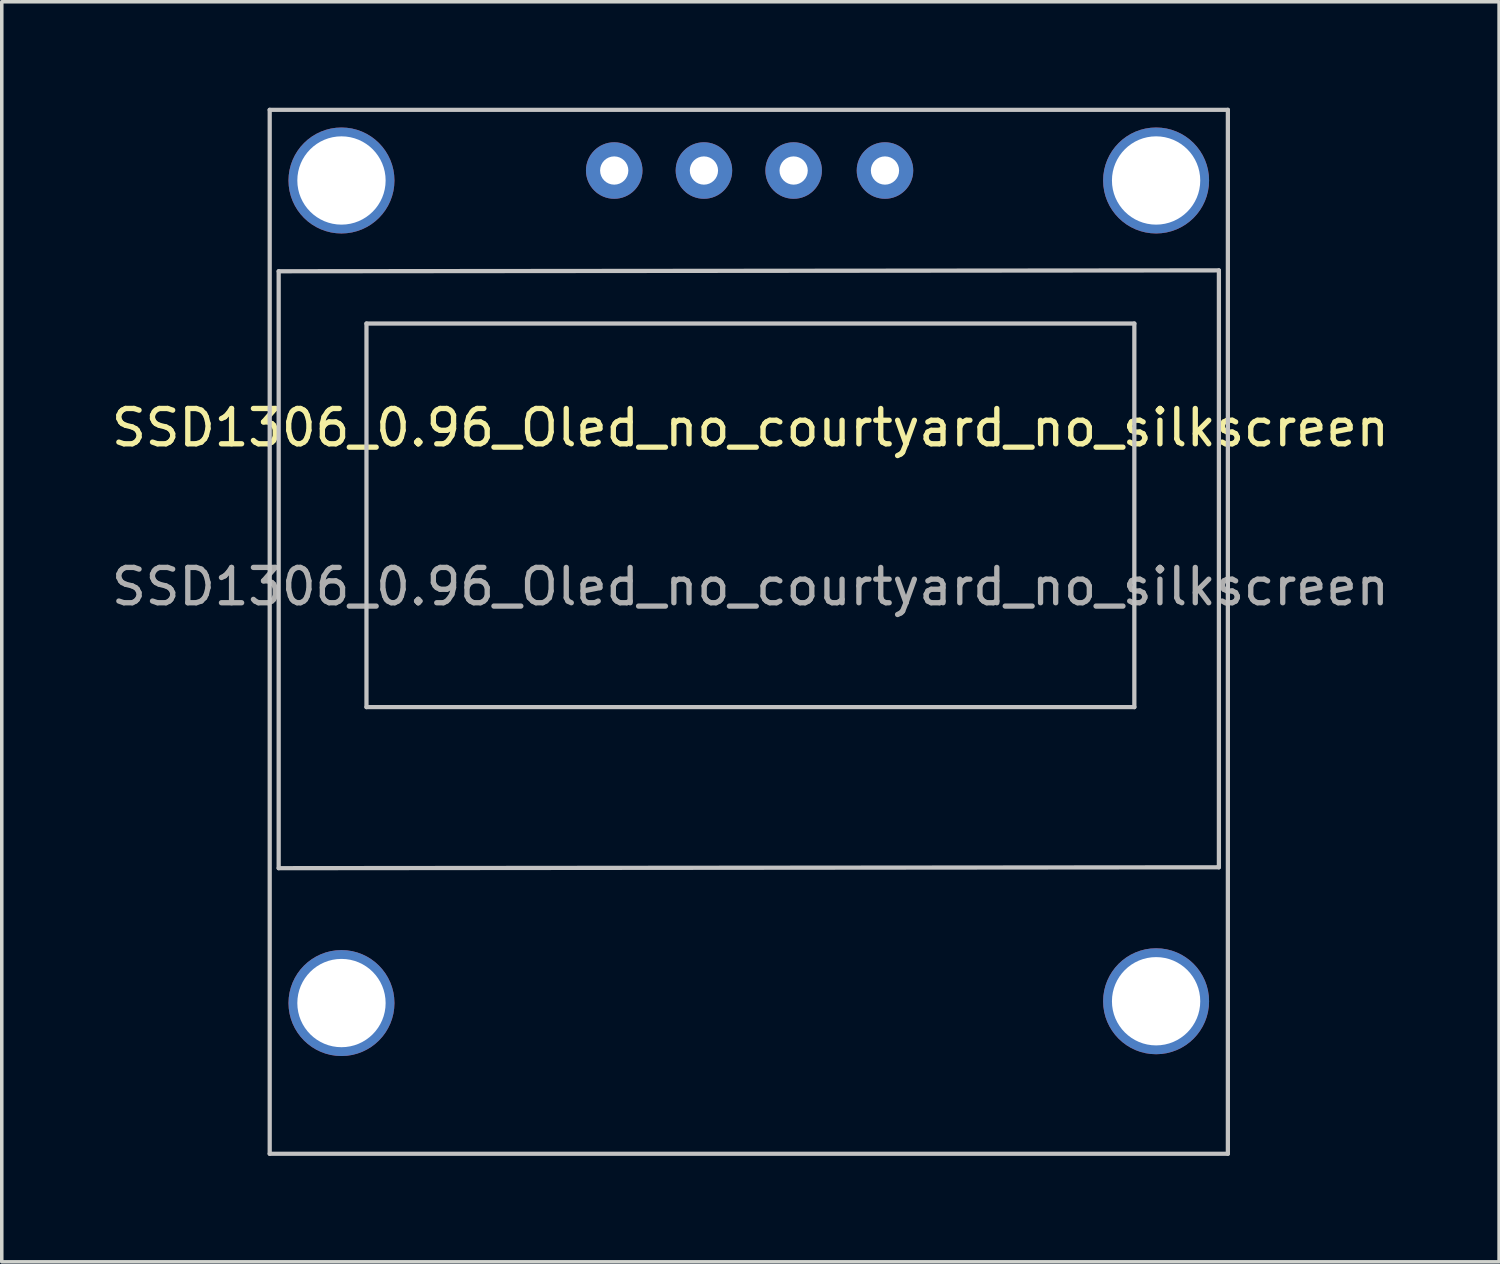
<source format=kicad_pcb>
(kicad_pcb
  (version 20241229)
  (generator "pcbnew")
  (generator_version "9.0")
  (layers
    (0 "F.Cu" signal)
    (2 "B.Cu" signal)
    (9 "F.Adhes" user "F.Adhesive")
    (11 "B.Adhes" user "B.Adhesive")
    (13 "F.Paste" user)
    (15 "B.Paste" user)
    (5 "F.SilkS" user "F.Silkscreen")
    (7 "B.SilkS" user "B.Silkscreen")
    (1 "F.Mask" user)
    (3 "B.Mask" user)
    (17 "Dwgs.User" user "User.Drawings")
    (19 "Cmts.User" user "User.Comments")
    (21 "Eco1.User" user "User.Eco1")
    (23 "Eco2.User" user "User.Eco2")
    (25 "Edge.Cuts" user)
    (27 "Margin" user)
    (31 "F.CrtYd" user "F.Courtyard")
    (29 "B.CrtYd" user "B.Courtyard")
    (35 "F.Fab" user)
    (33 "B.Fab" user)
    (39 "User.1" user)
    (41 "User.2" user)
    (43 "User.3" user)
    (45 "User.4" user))
  (footprint "SSD1306_0.96_Oled_no_courtyard_no_silkscreen"
    (layer "F.Cu")
    (at 5.196 26.06)
    (property "Reference" "SSD1306_0.96_Oled_no_courtyard_no_silkscreen" (at 13 -17 0) (unlocked yes) (layer "F.SilkS") (effects (font (size 1 1) (thickness 0.15))))
    (attr through_hole)
    (fp_line (start -0.61 -26) (end -0.61 3.556) (stroke (width 0.12) (type solid)) (layer "Dwgs.User"))
    (fp_line (start -0.61 3.556) (end 26.518 3.556) (stroke (width 0.12) (type solid)) (layer "Dwgs.User"))
    (fp_line (start -0.356 -21.43) (end -0.356 -4.53) (stroke (width 0.12) (type solid)) (layer "Dwgs.User"))
    (fp_line (start -0.356 -4.53) (end 26.264 -4.555) (stroke (width 0.12) (type solid)) (layer "Dwgs.User"))
    (fp_line (start 2.13 -19.95) (end 2.13 -9.09) (stroke (width 0.12) (type solid)) (layer "Dwgs.User"))
    (fp_line (start 2.13 -9.09) (end 23.87 -9.09) (stroke (width 0.12) (type solid)) (layer "Dwgs.User"))
    (fp_line (start 23.87 -19.95) (end 2.13 -19.95) (stroke (width 0.12) (type solid)) (layer "Dwgs.User"))
    (fp_line (start 23.87 -9.09) (end 23.87 -19.95) (stroke (width 0.12) (type solid)) (layer "Dwgs.User"))
    (fp_line (start 26.264 -21.455) (end -0.356 -21.43) (stroke (width 0.12) (type solid)) (layer "Dwgs.User"))
    (fp_line (start 26.264 -4.555) (end 26.264 -21.455) (stroke (width 0.12) (type solid)) (layer "Dwgs.User"))
    (fp_line (start 26.518 -26) (end -0.61 -26) (stroke (width 0.12) (type solid)) (layer "Dwgs.User"))
    (fp_line (start 26.518 3.556) (end 26.518 -26) (stroke (width 0.12) (type solid)) (layer "Dwgs.User"))
    (fp_text user "${REFERENCE}" (at 13 -12.5 0) (unlocked yes) (layer "F.Fab") (effects (font (size 1 1) (thickness 0.15))))
    (pad "" np_thru_hole circle (at 1.422 -24) (size 3 3) (drill 2.5) (layers "*.Cu" "*.Mask"))
    (pad "" np_thru_hole circle (at 1.422 -0.711) (size 3 3) (drill 2.5) (layers "*.Cu" "*.Mask"))
    (pad "" np_thru_hole circle (at 24.486 -24) (size 3 3) (drill 2.5) (layers "*.Cu" "*.Mask"))
    (pad "" np_thru_hole circle (at 24.486 -0.762) (size 3 3) (drill 2.5) (layers "*.Cu" "*.Mask"))
    (pad "1" thru_hole circle (at 9.144 -24.282) (size 1.6 1.6) (drill 0.8) (layers "*.Cu" "*.Mask"))
    (pad "2" thru_hole circle (at 11.684 -24.282) (size 1.6 1.6) (drill 0.8) (layers "*.Cu" "*.Mask"))
    (pad "3" thru_hole circle (at 14.224 -24.282) (size 1.6 1.6) (drill 0.8) (layers "*.Cu" "*.Mask"))
    (pad "4" thru_hole circle (at 16.81 -24.282) (size 1.6 1.6) (drill 0.8) (layers "*.Cu" "*.Mask")))
  (gr_rect
    (start -3 -3)
    (end 39.393 32.676)
    (stroke (width 0.1) (type default))
    (fill no)
    (layer "Edge.Cuts")))
</source>
